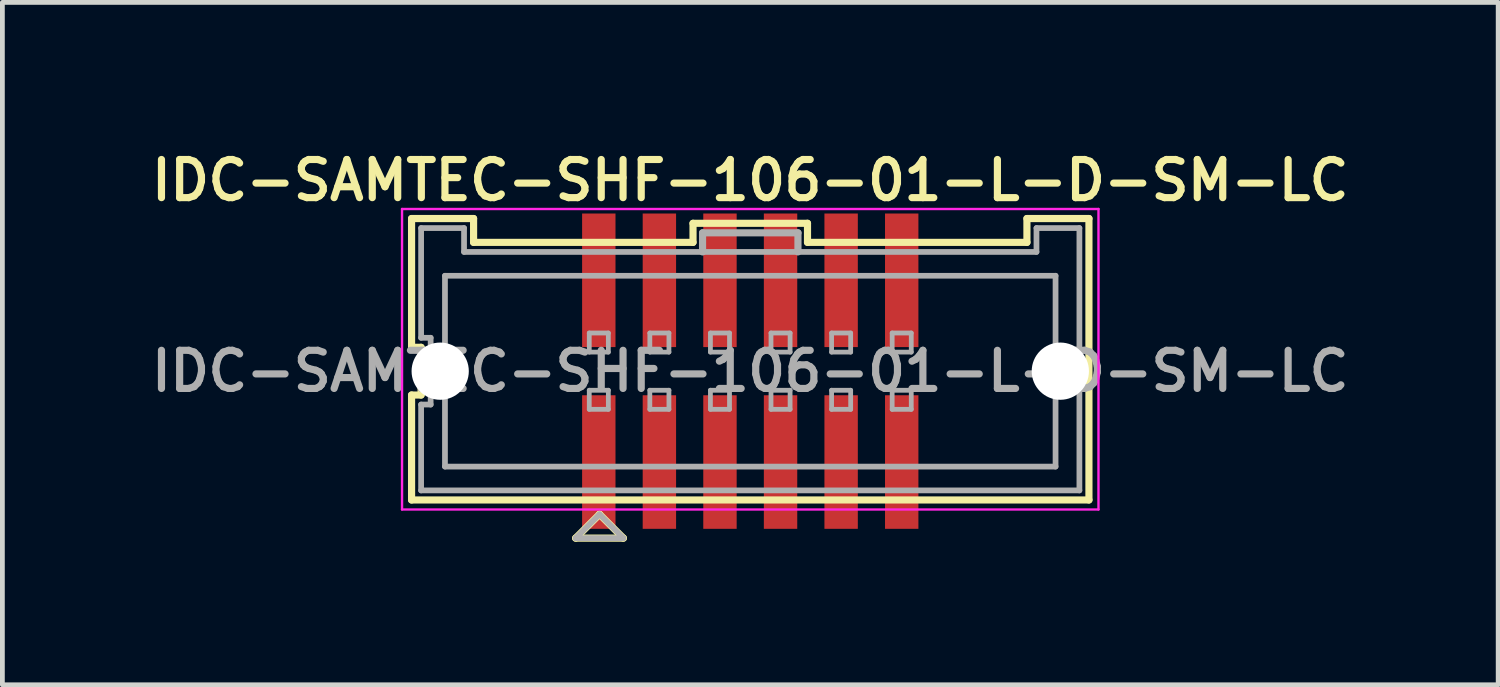
<source format=kicad_pcb>
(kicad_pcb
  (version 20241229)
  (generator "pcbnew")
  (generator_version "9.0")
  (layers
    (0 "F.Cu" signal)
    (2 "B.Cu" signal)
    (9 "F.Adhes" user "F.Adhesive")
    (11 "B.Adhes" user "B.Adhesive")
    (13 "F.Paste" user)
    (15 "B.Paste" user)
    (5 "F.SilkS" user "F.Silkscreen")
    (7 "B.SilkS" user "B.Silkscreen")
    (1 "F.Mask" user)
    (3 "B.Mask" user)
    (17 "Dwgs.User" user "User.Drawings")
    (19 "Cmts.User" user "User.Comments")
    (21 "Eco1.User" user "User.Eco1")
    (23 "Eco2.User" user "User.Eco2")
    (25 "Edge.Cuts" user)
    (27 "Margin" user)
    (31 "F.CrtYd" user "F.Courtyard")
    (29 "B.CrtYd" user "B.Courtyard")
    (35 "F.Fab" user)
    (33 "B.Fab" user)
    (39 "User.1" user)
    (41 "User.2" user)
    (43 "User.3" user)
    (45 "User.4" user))
  (footprint "IDC-SAMTEC-SHF-106-01-L-D-SM-LC"
    (layer "F.Cu")
    (at 12.678 4.731)
    (property "Reference" "IDC-SAMTEC-SHF-106-01-L-D-SM-LC" (at 0 -4 0) (layer "F.SilkS") (effects (font (size 0.8 0.8) (thickness 0.15))))
    (attr smd)
    (fp_line (start -7.1 -3.2) (end -7.1 -0.5) (stroke (width 0.15) (type solid)) (layer "F.SilkS"))
    (fp_line (start -7.1 -3.2) (end -5.8 -3.2) (stroke (width 0.15) (type solid)) (layer "F.SilkS"))
    (fp_line (start -7.1 -0.5) (end -6.9 -0.5) (stroke (width 0.15) (type solid)) (layer "F.SilkS"))
    (fp_line (start -7.1 0.5) (end -7.1 2.7) (stroke (width 0.15) (type solid)) (layer "F.SilkS"))
    (fp_line (start -7.1 2.7) (end 7.1 2.7) (stroke (width 0.15) (type solid)) (layer "F.SilkS"))
    (fp_line (start -6.9 -0.5) (end -6.9 0.5) (stroke (width 0.15) (type solid)) (layer "F.SilkS"))
    (fp_line (start -6.9 0.5) (end -7.1 0.5) (stroke (width 0.15) (type solid)) (layer "F.SilkS"))
    (fp_line (start -5.8 -3.2) (end -5.8 -2.7) (stroke (width 0.15) (type solid)) (layer "F.SilkS"))
    (fp_line (start -5.8 -2.7) (end -1.2 -2.7) (stroke (width 0.15) (type solid)) (layer "F.SilkS"))
    (fp_line (start -3.66 3.5) (end -2.66 3.5) (stroke (width 0.15) (type solid)) (layer "F.SilkS"))
    (fp_line (start -3.16 3) (end -3.66 3.5) (stroke (width 0.15) (type solid)) (layer "F.SilkS"))
    (fp_line (start -2.66 3.5) (end -3.16 3) (stroke (width 0.15) (type solid)) (layer "F.SilkS"))
    (fp_line (start -1.2 -3.1) (end 1.2 -3.1) (stroke (width 0.15) (type solid)) (layer "F.SilkS"))
    (fp_line (start -1.2 -2.7) (end -1.2 -3.1) (stroke (width 0.15) (type solid)) (layer "F.SilkS"))
    (fp_line (start 1.2 -3.1) (end 1.2 -2.7) (stroke (width 0.15) (type solid)) (layer "F.SilkS"))
    (fp_line (start 1.2 -2.7) (end 5.8 -2.7) (stroke (width 0.15) (type solid)) (layer "F.SilkS"))
    (fp_line (start 5.8 -3.2) (end 5.8 -2.7) (stroke (width 0.15) (type solid)) (layer "F.SilkS"))
    (fp_line (start 5.8 -3.2) (end 7.1 -3.2) (stroke (width 0.15) (type solid)) (layer "F.SilkS"))
    (fp_line (start 7.1 2.7) (end 7.1 -3.2) (stroke (width 0.15) (type solid)) (layer "F.SilkS"))
    (fp_line (start -7.3 -3.4) (end 7.3 -3.4) (stroke (width 0.05) (type solid)) (layer "F.CrtYd"))
    (fp_line (start -7.3 2.9) (end -7.3 -3.4) (stroke (width 0.05) (type solid)) (layer "F.CrtYd"))
    (fp_line (start 7.3 -3.4) (end 7.3 2.9) (stroke (width 0.05) (type solid)) (layer "F.CrtYd"))
    (fp_line (start 7.3 2.9) (end -7.3 2.9) (stroke (width 0.05) (type solid)) (layer "F.CrtYd"))
    (fp_line (start -6.9 -3) (end -6 -3) (stroke (width 0.12) (type solid)) (layer "F.Fab"))
    (fp_line (start -6.9 -0.7) (end -6.9 -3) (stroke (width 0.12) (type solid)) (layer "F.Fab"))
    (fp_line (start -6.9 0.7) (end -6.7 0.7) (stroke (width 0.12) (type solid)) (layer "F.Fab"))
    (fp_line (start -6.9 2.5) (end -6.9 0.7) (stroke (width 0.12) (type solid)) (layer "F.Fab"))
    (fp_line (start -6.7 -0.7) (end -6.9 -0.7) (stroke (width 0.12) (type solid)) (layer "F.Fab"))
    (fp_line (start -6.7 0.7) (end -6.7 -0.7) (stroke (width 0.12) (type solid)) (layer "F.Fab"))
    (fp_line (start -6.4 2) (end -6.4 -2) (stroke (width 0.12) (type solid)) (layer "F.Fab"))
    (fp_line (start -6.4 2) (end 6.4 2) (stroke (width 0.12) (type solid)) (layer "F.Fab"))
    (fp_line (start -6 -3) (end -6 -2.5) (stroke (width 0.12) (type solid)) (layer "F.Fab"))
    (fp_line (start -6 -2.5) (end 6 -2.5) (stroke (width 0.12) (type solid)) (layer "F.Fab"))
    (fp_line (start -3.66 3.5) (end -2.66 3.5) (stroke (width 0.12) (type solid)) (layer "F.Fab"))
    (fp_line (start -3.375 -0.8) (end -2.975 -0.8) (stroke (width 0.1) (type solid)) (layer "F.Fab"))
    (fp_line (start -3.375 -0.4) (end -3.375 -0.8) (stroke (width 0.1) (type solid)) (layer "F.Fab"))
    (fp_line (start -3.375 0.4) (end -2.975 0.4) (stroke (width 0.1) (type solid)) (layer "F.Fab"))
    (fp_line (start -3.375 0.8) (end -3.375 0.4) (stroke (width 0.1) (type solid)) (layer "F.Fab"))
    (fp_line (start -3.16 3) (end -3.66 3.5) (stroke (width 0.12) (type solid)) (layer "F.Fab"))
    (fp_line (start -2.975 -0.8) (end -2.975 -0.4) (stroke (width 0.1) (type solid)) (layer "F.Fab"))
    (fp_line (start -2.975 -0.4) (end -3.375 -0.4) (stroke (width 0.1) (type solid)) (layer "F.Fab"))
    (fp_line (start -2.975 0.4) (end -2.975 0.8) (stroke (width 0.1) (type solid)) (layer "F.Fab"))
    (fp_line (start -2.975 0.8) (end -3.375 0.8) (stroke (width 0.1) (type solid)) (layer "F.Fab"))
    (fp_line (start -2.66 3.5) (end -3.16 3) (stroke (width 0.12) (type solid)) (layer "F.Fab"))
    (fp_line (start -2.105 -0.8) (end -1.705 -0.8) (stroke (width 0.1) (type solid)) (layer "F.Fab"))
    (fp_line (start -2.105 -0.4) (end -2.105 -0.8) (stroke (width 0.1) (type solid)) (layer "F.Fab"))
    (fp_line (start -2.105 0.4) (end -1.705 0.4) (stroke (width 0.1) (type solid)) (layer "F.Fab"))
    (fp_line (start -2.105 0.8) (end -2.105 0.4) (stroke (width 0.1) (type solid)) (layer "F.Fab"))
    (fp_line (start -1.705 -0.8) (end -1.705 -0.4) (stroke (width 0.1) (type solid)) (layer "F.Fab"))
    (fp_line (start -1.705 -0.4) (end -2.105 -0.4) (stroke (width 0.1) (type solid)) (layer "F.Fab"))
    (fp_line (start -1.705 0.4) (end -1.705 0.8) (stroke (width 0.1) (type solid)) (layer "F.Fab"))
    (fp_line (start -1.705 0.8) (end -2.105 0.8) (stroke (width 0.1) (type solid)) (layer "F.Fab"))
    (fp_line (start -1 -2.9) (end 1 -2.9) (stroke (width 0.15) (type solid)) (layer "F.Fab"))
    (fp_line (start -1 -2.5) (end -1 -2.9) (stroke (width 0.15) (type solid)) (layer "F.Fab"))
    (fp_line (start -0.835 -0.8) (end -0.435 -0.8) (stroke (width 0.1) (type solid)) (layer "F.Fab"))
    (fp_line (start -0.835 -0.4) (end -0.835 -0.8) (stroke (width 0.1) (type solid)) (layer "F.Fab"))
    (fp_line (start -0.835 0.4) (end -0.435 0.4) (stroke (width 0.1) (type solid)) (layer "F.Fab"))
    (fp_line (start -0.835 0.8) (end -0.835 0.4) (stroke (width 0.1) (type solid)) (layer "F.Fab"))
    (fp_line (start -0.435 -0.8) (end -0.435 -0.4) (stroke (width 0.1) (type solid)) (layer "F.Fab"))
    (fp_line (start -0.435 -0.4) (end -0.835 -0.4) (stroke (width 0.1) (type solid)) (layer "F.Fab"))
    (fp_line (start -0.435 0.4) (end -0.435 0.8) (stroke (width 0.1) (type solid)) (layer "F.Fab"))
    (fp_line (start -0.435 0.8) (end -0.835 0.8) (stroke (width 0.1) (type solid)) (layer "F.Fab"))
    (fp_line (start 0.435 -0.8) (end 0.835 -0.8) (stroke (width 0.1) (type solid)) (layer "F.Fab"))
    (fp_line (start 0.435 -0.4) (end 0.435 -0.8) (stroke (width 0.1) (type solid)) (layer "F.Fab"))
    (fp_line (start 0.435 0.4) (end 0.835 0.4) (stroke (width 0.1) (type solid)) (layer "F.Fab"))
    (fp_line (start 0.435 0.8) (end 0.435 0.4) (stroke (width 0.1) (type solid)) (layer "F.Fab"))
    (fp_line (start 0.835 -0.8) (end 0.835 -0.4) (stroke (width 0.1) (type solid)) (layer "F.Fab"))
    (fp_line (start 0.835 -0.4) (end 0.435 -0.4) (stroke (width 0.1) (type solid)) (layer "F.Fab"))
    (fp_line (start 0.835 0.4) (end 0.835 0.8) (stroke (width 0.1) (type solid)) (layer "F.Fab"))
    (fp_line (start 0.835 0.8) (end 0.435 0.8) (stroke (width 0.1) (type solid)) (layer "F.Fab"))
    (fp_line (start 1 -2.9) (end 1 -2.5) (stroke (width 0.15) (type solid)) (layer "F.Fab"))
    (fp_line (start 1.705 -0.8) (end 2.105 -0.8) (stroke (width 0.1) (type solid)) (layer "F.Fab"))
    (fp_line (start 1.705 -0.4) (end 1.705 -0.8) (stroke (width 0.1) (type solid)) (layer "F.Fab"))
    (fp_line (start 1.705 0.4) (end 2.105 0.4) (stroke (width 0.1) (type solid)) (layer "F.Fab"))
    (fp_line (start 1.705 0.8) (end 1.705 0.4) (stroke (width 0.1) (type solid)) (layer "F.Fab"))
    (fp_line (start 2.105 -0.8) (end 2.105 -0.4) (stroke (width 0.1) (type solid)) (layer "F.Fab"))
    (fp_line (start 2.105 -0.4) (end 1.705 -0.4) (stroke (width 0.1) (type solid)) (layer "F.Fab"))
    (fp_line (start 2.105 0.4) (end 2.105 0.8) (stroke (width 0.1) (type solid)) (layer "F.Fab"))
    (fp_line (start 2.105 0.8) (end 1.705 0.8) (stroke (width 0.1) (type solid)) (layer "F.Fab"))
    (fp_line (start 2.975 -0.8) (end 3.375 -0.8) (stroke (width 0.1) (type solid)) (layer "F.Fab"))
    (fp_line (start 2.975 -0.4) (end 2.975 -0.8) (stroke (width 0.1) (type solid)) (layer "F.Fab"))
    (fp_line (start 2.975 0.4) (end 3.375 0.4) (stroke (width 0.1) (type solid)) (layer "F.Fab"))
    (fp_line (start 2.975 0.8) (end 2.975 0.4) (stroke (width 0.1) (type solid)) (layer "F.Fab"))
    (fp_line (start 3.375 -0.8) (end 3.375 -0.4) (stroke (width 0.1) (type solid)) (layer "F.Fab"))
    (fp_line (start 3.375 -0.4) (end 2.975 -0.4) (stroke (width 0.1) (type solid)) (layer "F.Fab"))
    (fp_line (start 3.375 0.4) (end 3.375 0.8) (stroke (width 0.1) (type solid)) (layer "F.Fab"))
    (fp_line (start 3.375 0.8) (end 2.975 0.8) (stroke (width 0.1) (type solid)) (layer "F.Fab"))
    (fp_line (start 6 -3) (end 6.9 -3) (stroke (width 0.12) (type solid)) (layer "F.Fab"))
    (fp_line (start 6 -2.5) (end 6 -3) (stroke (width 0.12) (type solid)) (layer "F.Fab"))
    (fp_line (start 6.4 -2) (end -6.4 -2) (stroke (width 0.12) (type solid)) (layer "F.Fab"))
    (fp_line (start 6.4 -2) (end 6.4 2) (stroke (width 0.12) (type solid)) (layer "F.Fab"))
    (fp_line (start 6.9 -3) (end 6.9 2.5) (stroke (width 0.12) (type solid)) (layer "F.Fab"))
    (fp_line (start 6.9 2.5) (end -6.9 2.5) (stroke (width 0.12) (type solid)) (layer "F.Fab"))
    (fp_text user "${REFERENCE}" (at 0 0 0) (layer "F.Fab") (effects (font (size 0.8 0.8) (thickness 0.15))))
    (pad "" np_thru_hole oval (at -6.5 0) (size 1.2 1.2) (drill 1.2) (layers "*.Cu" "*.Mask"))
    (pad "" np_thru_hole oval (at 6.5 0) (size 1.2 1.2) (drill 1.2) (layers "*.Cu" "*.Mask"))
    (pad "1" smd rect (at -3.175 1.905) (size 0.7 2.8) (layers "F.Cu" "F.Mask" "F.Paste"))
    (pad "2" smd rect (at -3.175 -1.905) (size 0.7 2.8) (layers "F.Cu" "F.Mask" "F.Paste"))
    (pad "3" smd rect (at -1.905 1.905) (size 0.7 2.8) (layers "F.Cu" "F.Mask" "F.Paste"))
    (pad "4" smd rect (at -1.905 -1.905) (size 0.7 2.8) (layers "F.Cu" "F.Mask" "F.Paste"))
    (pad "5" smd rect (at -0.635 1.905) (size 0.7 2.8) (layers "F.Cu" "F.Mask" "F.Paste"))
    (pad "6" smd rect (at -0.635 -1.905) (size 0.7 2.8) (layers "F.Cu" "F.Mask" "F.Paste"))
    (pad "7" smd rect (at 0.635 1.905) (size 0.7 2.8) (layers "F.Cu" "F.Mask" "F.Paste"))
    (pad "8" smd rect (at 0.635 -1.905) (size 0.7 2.8) (layers "F.Cu" "F.Mask" "F.Paste"))
    (pad "9" smd rect (at 1.905 1.905) (size 0.7 2.8) (layers "F.Cu" "F.Mask" "F.Paste"))
    (pad "10" smd rect (at 1.905 -1.905) (size 0.7 2.8) (layers "F.Cu" "F.Mask" "F.Paste"))
    (pad "11" smd rect (at 3.175 1.905) (size 0.7 2.8) (layers "F.Cu" "F.Mask" "F.Paste"))
    (pad "12" smd rect (at 3.175 -1.905) (size 0.7 2.8) (layers "F.Cu" "F.Mask" "F.Paste")))
  (gr_rect
    (start -3 -3)
    (end 28.357 11.306)
    (stroke (width 0.1) (type default))
    (fill no)
    (layer "Edge.Cuts")))
</source>
